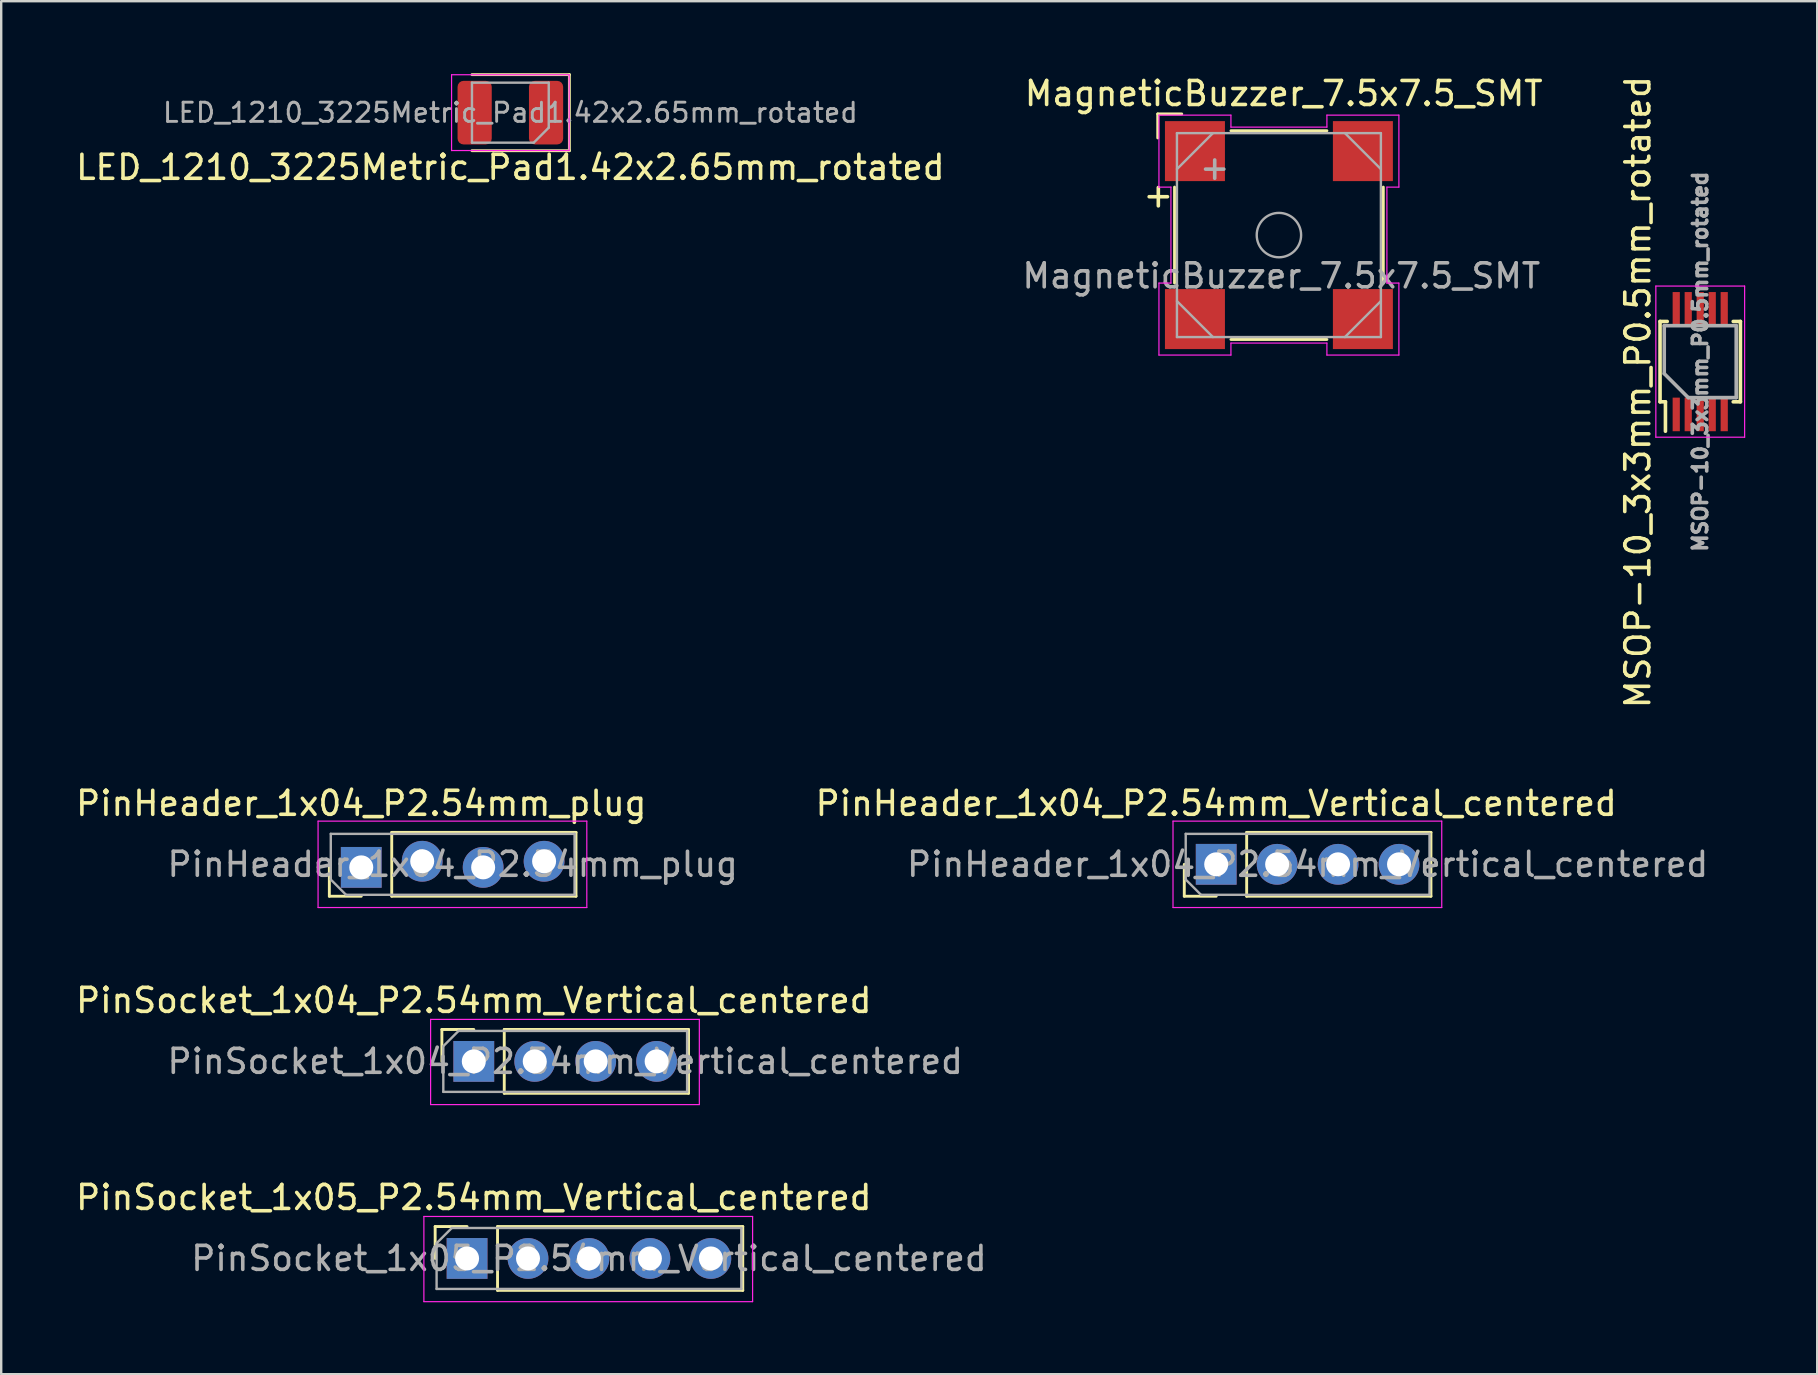
<source format=kicad_pcb>
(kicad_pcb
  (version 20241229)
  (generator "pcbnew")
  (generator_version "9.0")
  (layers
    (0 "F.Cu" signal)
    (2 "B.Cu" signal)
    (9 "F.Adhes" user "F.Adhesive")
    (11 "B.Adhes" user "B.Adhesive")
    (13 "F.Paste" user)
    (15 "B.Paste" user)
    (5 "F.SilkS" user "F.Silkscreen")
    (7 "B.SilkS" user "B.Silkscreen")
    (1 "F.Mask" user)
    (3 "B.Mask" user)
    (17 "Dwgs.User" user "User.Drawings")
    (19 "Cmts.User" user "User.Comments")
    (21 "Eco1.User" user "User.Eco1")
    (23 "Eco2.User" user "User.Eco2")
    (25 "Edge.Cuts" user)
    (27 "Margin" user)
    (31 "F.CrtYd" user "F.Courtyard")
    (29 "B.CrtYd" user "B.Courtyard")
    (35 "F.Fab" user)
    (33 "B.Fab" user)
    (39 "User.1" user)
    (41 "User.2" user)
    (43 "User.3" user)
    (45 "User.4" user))
  (footprint "PinHeader_1x04_P2.54mm_plug"
    (layer "F.Cu")
    (at 15.816 32.972)
    (property "Reference" "PinHeader_1x04_P2.54mm_plug" (at -3.81 -2.54 180) (layer "F.SilkS") (effects (font (size 1 1) (thickness 0.15))))
    (attr exclude_from_pos_files exclude_from_bom)
    (fp_line (start -5.14 1.33) (end -5.14 0) (stroke (width 0.12) (type solid)) (layer "F.SilkS"))
    (fp_line (start -3.81 1.33) (end -5.14 1.33) (stroke (width 0.12) (type solid)) (layer "F.SilkS"))
    (fp_line (start -2.54 -1.33) (end 5.14 -1.33) (stroke (width 0.12) (type solid)) (layer "F.SilkS"))
    (fp_line (start -2.54 1.33) (end -2.54 -1.33) (stroke (width 0.12) (type solid)) (layer "F.SilkS"))
    (fp_line (start -2.54 1.33) (end 5.14 1.33) (stroke (width 0.12) (type solid)) (layer "F.SilkS"))
    (fp_line (start 5.14 1.33) (end 5.14 -1.33) (stroke (width 0.12) (type solid)) (layer "F.SilkS"))
    (fp_line (start -5.61 -1.8) (end -5.61 1.8) (stroke (width 0.05) (type solid)) (layer "F.CrtYd"))
    (fp_line (start -5.61 1.8) (end 5.59 1.8) (stroke (width 0.05) (type solid)) (layer "F.CrtYd"))
    (fp_line (start 5.59 -1.8) (end -5.61 -1.8) (stroke (width 0.05) (type solid)) (layer "F.CrtYd"))
    (fp_line (start 5.59 1.8) (end 5.59 -1.8) (stroke (width 0.05) (type solid)) (layer "F.CrtYd"))
    (fp_line (start -5.08 -1.27) (end 5.08 -1.27) (stroke (width 0.1) (type solid)) (layer "F.Fab"))
    (fp_line (start -5.08 0.635) (end -5.08 -1.27) (stroke (width 0.1) (type solid)) (layer "F.Fab"))
    (fp_line (start -4.445 1.27) (end -5.08 0.635) (stroke (width 0.1) (type solid)) (layer "F.Fab"))
    (fp_line (start 5.08 -1.27) (end 5.08 1.27) (stroke (width 0.1) (type solid)) (layer "F.Fab"))
    (fp_line (start 5.08 1.27) (end -4.445 1.27) (stroke (width 0.1) (type solid)) (layer "F.Fab"))
    (fp_text user "${REFERENCE}" (at 0 0 180) (layer "F.Fab") (effects (font (size 1 1) (thickness 0.15))))
    (pad "1" thru_hole rect (at -3.81 0.127 90) (size 1.7 1.7) (drill 1) (layers "*.Cu" "*.Mask"))
    (pad "2" thru_hole oval (at -1.27 -0.127 90) (size 1.7 1.7) (drill 1) (layers "*.Cu" "*.Mask"))
    (pad "3" thru_hole oval (at 1.27 0.127 90) (size 1.7 1.7) (drill 1) (layers "*.Cu" "*.Mask"))
    (pad "4" thru_hole oval (at 3.81 -0.127 90) (size 1.7 1.7) (drill 1) (layers "*.Cu" "*.Mask")))
  (footprint "LED_1210_3225Metric_Pad1.42x2.65mm_rotated"
    (layer "F.Cu")
    (at 18.22 1.645)
    (property "Reference" "LED_1210_3225Metric_Pad1.42x2.65mm_rotated" (at 0 2.28 180) (layer "F.SilkS") (effects (font (size 1 1) (thickness 0.15))))
    (attr smd)
    (fp_line (start -1.6 1.585) (end 2.46 1.585) (stroke (width 0.12) (type solid)) (layer "F.SilkS"))
    (fp_line (start 2.46 -1.585) (end -1.6 -1.585) (stroke (width 0.12) (type solid)) (layer "F.SilkS"))
    (fp_line (start 2.46 1.585) (end 2.46 -1.585) (stroke (width 0.12) (type solid)) (layer "F.SilkS"))
    (fp_line (start -2.45 -1.58) (end 2.45 -1.58) (stroke (width 0.05) (type solid)) (layer "F.CrtYd"))
    (fp_line (start -2.45 1.58) (end -2.45 -1.58) (stroke (width 0.05) (type solid)) (layer "F.CrtYd"))
    (fp_line (start 2.45 -1.58) (end 2.45 1.58) (stroke (width 0.05) (type solid)) (layer "F.CrtYd"))
    (fp_line (start 2.45 1.58) (end -2.45 1.58) (stroke (width 0.05) (type solid)) (layer "F.CrtYd"))
    (fp_line (start -1.6 -1.25) (end -1.6 1.25) (stroke (width 0.1) (type solid)) (layer "F.Fab"))
    (fp_line (start -1.6 1.25) (end 0.975 1.25) (stroke (width 0.1) (type solid)) (layer "F.Fab"))
    (fp_line (start 0.975 1.25) (end 1.6 0.625) (stroke (width 0.1) (type solid)) (layer "F.Fab"))
    (fp_line (start 1.6 -1.25) (end -1.6 -1.25) (stroke (width 0.1) (type solid)) (layer "F.Fab"))
    (fp_line (start 1.6 0.625) (end 1.6 -1.25) (stroke (width 0.1) (type solid)) (layer "F.Fab"))
    (fp_text user "${REFERENCE}" (at 0 0 180) (layer "F.Fab") (effects (font (size 0.8 0.8) (thickness 0.12))))
    (pad "1" smd roundrect (at 1.488 0 180) (size 1.425 2.65) (layers "F.Cu" "F.Mask" "F.Paste") (roundrect_rratio 0.175))
    (pad "2" smd roundrect (at -1.488 0 180) (size 1.425 2.65) (layers "F.Cu" "F.Mask" "F.Paste") (roundrect_rratio 0.175)))
  (footprint "PinSocket_1x05_P2.54mm_Vertical_centered"
    (layer "F.Cu")
    (at 21.496 49.398)
    (property "Reference" "PinSocket_1x05_P2.54mm_Vertical_centered" (at -4.8 -2.54 0) (layer "F.SilkS") (effects (font (size 1 1) (thickness 0.15))))
    (attr through_hole)
    (fp_line (start -6.41 -1.33) (end -5.08 -1.33) (stroke (width 0.12) (type solid)) (layer "F.SilkS"))
    (fp_line (start -6.41 0) (end -6.41 -1.33) (stroke (width 0.12) (type solid)) (layer "F.SilkS"))
    (fp_line (start -3.81 -1.33) (end 6.41 -1.33) (stroke (width 0.12) (type solid)) (layer "F.SilkS"))
    (fp_line (start -3.81 1.33) (end -3.81 -1.33) (stroke (width 0.12) (type solid)) (layer "F.SilkS"))
    (fp_line (start -3.81 1.33) (end 6.41 1.33) (stroke (width 0.12) (type solid)) (layer "F.SilkS"))
    (fp_line (start 6.41 1.33) (end 6.41 -1.33) (stroke (width 0.12) (type solid)) (layer "F.SilkS"))
    (fp_line (start -6.88 -1.75) (end 6.82 -1.75) (stroke (width 0.05) (type solid)) (layer "F.CrtYd"))
    (fp_line (start -6.88 1.8) (end -6.88 -1.75) (stroke (width 0.05) (type solid)) (layer "F.CrtYd"))
    (fp_line (start 6.82 -1.75) (end 6.82 1.8) (stroke (width 0.05) (type solid)) (layer "F.CrtYd"))
    (fp_line (start 6.82 1.8) (end -6.88 1.8) (stroke (width 0.05) (type solid)) (layer "F.CrtYd"))
    (fp_line (start -6.35 -0.635) (end -5.715 -1.27) (stroke (width 0.1) (type solid)) (layer "F.Fab"))
    (fp_line (start -6.35 1.27) (end -6.35 -0.635) (stroke (width 0.1) (type solid)) (layer "F.Fab"))
    (fp_line (start -5.715 -1.27) (end 6.35 -1.27) (stroke (width 0.1) (type solid)) (layer "F.Fab"))
    (fp_line (start 6.35 -1.27) (end 6.35 1.27) (stroke (width 0.1) (type solid)) (layer "F.Fab"))
    (fp_line (start 6.35 1.27) (end -6.35 1.27) (stroke (width 0.1) (type solid)) (layer "F.Fab"))
    (fp_text user "${REFERENCE}" (at 0 0 180) (layer "F.Fab") (effects (font (size 1 1) (thickness 0.15))))
    (pad "1" thru_hole rect (at -5.08 0 90) (size 1.7 1.7) (drill 1) (layers "*.Cu" "*.Mask"))
    (pad "2" thru_hole oval (at -2.54 0 90) (size 1.7 1.7) (drill 1) (layers "*.Cu" "*.Mask"))
    (pad "3" thru_hole oval (at 0 0 90) (size 1.7 1.7) (drill 1) (layers "*.Cu" "*.Mask"))
    (pad "4" thru_hole oval (at 2.54 0 90) (size 1.7 1.7) (drill 1) (layers "*.Cu" "*.Mask"))
    (pad "5" thru_hole oval (at 5.08 0 90) (size 1.7 1.7) (drill 1) (layers "*.Cu" "*.Mask")))
  (footprint "PinHeader_1x04_P2.54mm_Vertical_centered"
    (layer "F.Cu")
    (at 51.447 32.972)
    (property "Reference" "PinHeader_1x04_P2.54mm_Vertical_centered" (at -3.81 -2.54 180) (layer "F.SilkS") (effects (font (size 1 1) (thickness 0.15))))
    (attr through_hole)
    (fp_line (start -5.14 1.33) (end -5.14 0) (stroke (width 0.12) (type solid)) (layer "F.SilkS"))
    (fp_line (start -3.81 1.33) (end -5.14 1.33) (stroke (width 0.12) (type solid)) (layer "F.SilkS"))
    (fp_line (start -2.54 -1.33) (end 5.14 -1.33) (stroke (width 0.12) (type solid)) (layer "F.SilkS"))
    (fp_line (start -2.54 1.33) (end -2.54 -1.33) (stroke (width 0.12) (type solid)) (layer "F.SilkS"))
    (fp_line (start -2.54 1.33) (end 5.14 1.33) (stroke (width 0.12) (type solid)) (layer "F.SilkS"))
    (fp_line (start 5.14 1.33) (end 5.14 -1.33) (stroke (width 0.12) (type solid)) (layer "F.SilkS"))
    (fp_line (start -5.61 -1.8) (end -5.61 1.8) (stroke (width 0.05) (type solid)) (layer "F.CrtYd"))
    (fp_line (start -5.61 1.8) (end 5.59 1.8) (stroke (width 0.05) (type solid)) (layer "F.CrtYd"))
    (fp_line (start 5.59 -1.8) (end -5.61 -1.8) (stroke (width 0.05) (type solid)) (layer "F.CrtYd"))
    (fp_line (start 5.59 1.8) (end 5.59 -1.8) (stroke (width 0.05) (type solid)) (layer "F.CrtYd"))
    (fp_line (start -5.08 -1.27) (end 5.08 -1.27) (stroke (width 0.1) (type solid)) (layer "F.Fab"))
    (fp_line (start -5.08 0.635) (end -5.08 -1.27) (stroke (width 0.1) (type solid)) (layer "F.Fab"))
    (fp_line (start -4.445 1.27) (end -5.08 0.635) (stroke (width 0.1) (type solid)) (layer "F.Fab"))
    (fp_line (start 5.08 -1.27) (end 5.08 1.27) (stroke (width 0.1) (type solid)) (layer "F.Fab"))
    (fp_line (start 5.08 1.27) (end -4.445 1.27) (stroke (width 0.1) (type solid)) (layer "F.Fab"))
    (fp_text user "${REFERENCE}" (at 0 0 180) (layer "F.Fab") (effects (font (size 1 1) (thickness 0.15))))
    (pad "1" thru_hole rect (at -3.81 0 90) (size 1.7 1.7) (drill 1) (layers "*.Cu" "*.Mask"))
    (pad "2" thru_hole oval (at -1.27 0 90) (size 1.7 1.7) (drill 1) (layers "*.Cu" "*.Mask"))
    (pad "3" thru_hole oval (at 1.27 0 90) (size 1.7 1.7) (drill 1) (layers "*.Cu" "*.Mask"))
    (pad "4" thru_hole oval (at 3.81 0 90) (size 1.7 1.7) (drill 1) (layers "*.Cu" "*.Mask")))
  (footprint "MSOP-10_3x3mm_P0.5mm_rotated"
    (layer "F.Cu")
    (at 67.81 12.022)
    (property "Reference" "MSOP-10_3x3mm_P0.5mm_rotated" (at -2.6 1.27 90) (layer "F.SilkS") (effects (font (size 1 1) (thickness 0.15))))
    (attr smd)
    (fp_line (start -1.675 -1.675) (end -1.375 -1.675) (stroke (width 0.15) (type solid)) (layer "F.SilkS"))
    (fp_line (start -1.675 1.675) (end -1.675 -1.675) (stroke (width 0.15) (type solid)) (layer "F.SilkS"))
    (fp_line (start -1.675 1.675) (end -1.45 1.675) (stroke (width 0.15) (type solid)) (layer "F.SilkS"))
    (fp_line (start -1.45 1.675) (end -1.45 2.9) (stroke (width 0.15) (type solid)) (layer "F.SilkS"))
    (fp_line (start 1.675 -1.675) (end 1.375 -1.675) (stroke (width 0.15) (type solid)) (layer "F.SilkS"))
    (fp_line (start 1.675 1.675) (end 1.375 1.675) (stroke (width 0.15) (type solid)) (layer "F.SilkS"))
    (fp_line (start 1.675 1.675) (end 1.675 -1.675) (stroke (width 0.15) (type solid)) (layer "F.SilkS"))
    (fp_line (start -1.85 -3.15) (end 1.85 -3.15) (stroke (width 0.05) (type solid)) (layer "F.CrtYd"))
    (fp_line (start -1.85 3.15) (end -1.85 -3.15) (stroke (width 0.05) (type solid)) (layer "F.CrtYd"))
    (fp_line (start -1.85 3.15) (end 1.85 3.15) (stroke (width 0.05) (type solid)) (layer "F.CrtYd"))
    (fp_line (start 1.85 3.15) (end 1.85 -3.15) (stroke (width 0.05) (type solid)) (layer "F.CrtYd"))
    (fp_line (start -1.5 -1.5) (end 1.5 -1.5) (stroke (width 0.15) (type solid)) (layer "F.Fab"))
    (fp_line (start -1.5 0.5) (end -1.5 -1.5) (stroke (width 0.15) (type solid)) (layer "F.Fab"))
    (fp_line (start -0.5 1.5) (end -1.5 0.5) (stroke (width 0.15) (type solid)) (layer "F.Fab"))
    (fp_line (start 1.5 -1.5) (end 1.5 1.5) (stroke (width 0.15) (type solid)) (layer "F.Fab"))
    (fp_line (start 1.5 1.5) (end -0.5 1.5) (stroke (width 0.15) (type solid)) (layer "F.Fab"))
    (fp_text user "${REFERENCE}" (at 0 0 90) (layer "F.Fab") (effects (font (size 0.6 0.6) (thickness 0.15))))
    (pad "1" smd rect (at -1 2.2 90) (size 1.4 0.3) (layers "F.Cu" "F.Mask" "F.Paste"))
    (pad "2" smd rect (at -0.5 2.2 90) (size 1.4 0.3) (layers "F.Cu" "F.Mask" "F.Paste"))
    (pad "3" smd rect (at 0 2.2 90) (size 1.4 0.3) (layers "F.Cu" "F.Mask" "F.Paste"))
    (pad "4" smd rect (at 0.5 2.2 90) (size 1.4 0.3) (layers "F.Cu" "F.Mask" "F.Paste"))
    (pad "5" smd rect (at 1 2.2 90) (size 1.4 0.3) (layers "F.Cu" "F.Mask" "F.Paste"))
    (pad "6" smd rect (at 1 -2.2 90) (size 1.4 0.3) (layers "F.Cu" "F.Mask" "F.Paste"))
    (pad "7" smd rect (at 0.5 -2.2 90) (size 1.4 0.3) (layers "F.Cu" "F.Mask" "F.Paste"))
    (pad "8" smd rect (at 0 -2.2 90) (size 1.4 0.3) (layers "F.Cu" "F.Mask" "F.Paste"))
    (pad "9" smd rect (at -0.5 -2.2 90) (size 1.4 0.3) (layers "F.Cu" "F.Mask" "F.Paste"))
    (pad "10" smd rect (at -1 -2.2 90) (size 1.4 0.3) (layers "F.Cu" "F.Mask" "F.Paste")))
  (footprint "MagneticBuzzer_7.5x7.5_SMT"
    (layer "F.Cu")
    (at 50.251 6.748)
    (property "Reference" "MagneticBuzzer_7.5x7.5_SMT" (at 0.2 -5.9 0) (layer "F.SilkS") (effects (font (size 1 1) (thickness 0.15))))
    (attr smd)
    (fp_line (start -5.05 -5.05) (end -4.05 -5.05) (stroke (width 0.12) (type solid)) (layer "F.SilkS"))
    (fp_line (start -5.05 -4.05) (end -5.05 -5.05) (stroke (width 0.12) (type solid)) (layer "F.SilkS"))
    (fp_line (start -4.35 -2) (end -4.35 2) (stroke (width 0.12) (type solid)) (layer "F.SilkS"))
    (fp_line (start -2 4.35) (end 2 4.35) (stroke (width 0.12) (type solid)) (layer "F.SilkS"))
    (fp_line (start 2 -4.35) (end -2 -4.35) (stroke (width 0.12) (type solid)) (layer "F.SilkS"))
    (fp_line (start 4.35 2) (end 4.35 -2) (stroke (width 0.12) (type solid)) (layer "F.SilkS"))
    (fp_line (start -5 -5) (end -2 -5) (stroke (width 0.05) (type solid)) (layer "F.CrtYd"))
    (fp_line (start -5 -2) (end -5 -5) (stroke (width 0.05) (type solid)) (layer "F.CrtYd"))
    (fp_line (start -5 -2) (end -4.5 -2) (stroke (width 0.05) (type solid)) (layer "F.CrtYd"))
    (fp_line (start -5 2) (end -5 5) (stroke (width 0.05) (type solid)) (layer "F.CrtYd"))
    (fp_line (start -4.5 -2) (end -4.5 2) (stroke (width 0.05) (type solid)) (layer "F.CrtYd"))
    (fp_line (start -4.5 2) (end -5 2) (stroke (width 0.05) (type solid)) (layer "F.CrtYd"))
    (fp_line (start -2 -5) (end -2 -4.5) (stroke (width 0.05) (type solid)) (layer "F.CrtYd"))
    (fp_line (start -2 -4.5) (end 2 -4.5) (stroke (width 0.05) (type solid)) (layer "F.CrtYd"))
    (fp_line (start -2 4.5) (end -2 5) (stroke (width 0.05) (type solid)) (layer "F.CrtYd"))
    (fp_line (start -2 5) (end -5 5) (stroke (width 0.05) (type solid)) (layer "F.CrtYd"))
    (fp_line (start 2 -5) (end 5 -5) (stroke (width 0.05) (type solid)) (layer "F.CrtYd"))
    (fp_line (start 2 -4.5) (end 2 -5) (stroke (width 0.05) (type solid)) (layer "F.CrtYd"))
    (fp_line (start 2 4.5) (end -2 4.5) (stroke (width 0.05) (type solid)) (layer "F.CrtYd"))
    (fp_line (start 2 5) (end 2 4.5) (stroke (width 0.05) (type solid)) (layer "F.CrtYd"))
    (fp_line (start 4.5 -2) (end 4.5 2) (stroke (width 0.05) (type solid)) (layer "F.CrtYd"))
    (fp_line (start 4.5 2) (end 5 2) (stroke (width 0.05) (type solid)) (layer "F.CrtYd"))
    (fp_line (start 5 -2) (end 4.5 -2) (stroke (width 0.05) (type solid)) (layer "F.CrtYd"))
    (fp_line (start 5 -2) (end 5 -5) (stroke (width 0.05) (type solid)) (layer "F.CrtYd"))
    (fp_line (start 5 2) (end 5 5) (stroke (width 0.05) (type solid)) (layer "F.CrtYd"))
    (fp_line (start 5 5) (end 2 5) (stroke (width 0.05) (type solid)) (layer "F.CrtYd"))
    (fp_line (start -4.25 -4.25) (end 4.25 -4.25) (stroke (width 0.1) (type solid)) (layer "F.Fab"))
    (fp_line (start -4.25 -2.75) (end -2.75 -4.25) (stroke (width 0.1) (type solid)) (layer "F.Fab"))
    (fp_line (start -4.25 4.25) (end -4.25 -4.25) (stroke (width 0.1) (type solid)) (layer "F.Fab"))
    (fp_line (start -2.75 4.25) (end -4.25 2.75) (stroke (width 0.1) (type solid)) (layer "F.Fab"))
    (fp_line (start 2.75 -4.25) (end 4.25 -2.75) (stroke (width 0.1) (type solid)) (layer "F.Fab"))
    (fp_line (start 4.25 -4.25) (end 4.25 4.25) (stroke (width 0.1) (type solid)) (layer "F.Fab"))
    (fp_line (start 4.25 2.75) (end 2.75 4.25) (stroke (width 0.1) (type solid)) (layer "F.Fab"))
    (fp_line (start 4.25 4.25) (end -4.25 4.25) (stroke (width 0.1) (type solid)) (layer "F.Fab"))
    (fp_circle (center 0 0) (end 0.925 0) (stroke (width 0.1) (type solid)) (fill no) (layer "F.Fab"))
    (fp_text user "+" (at -5.1 -1.6 270) (layer "F.SilkS") (effects (font (size 1 1) (thickness 0.15))))
    (fp_text user "+" (at -2.75 -2.75 270) (layer "F.Fab") (effects (font (size 1 1) (thickness 0.15))))
    (fp_text user "${REFERENCE}" (at 0.1 1.7 0) (layer "F.Fab") (effects (font (size 1 1) (thickness 0.15))))
    (pad "1" smd rect (at -3.5 -3.5 270) (size 2.5 2.5) (layers "F.Cu" "F.Mask" "F.Paste"))
    (pad "2" smd rect (at -3.5 3.5 270) (size 2.5 2.5) (layers "F.Cu" "F.Mask" "F.Paste"))
    (pad "3" smd rect (at 3.5 3.5 270) (size 2.5 2.5) (layers "F.Cu" "F.Mask" "F.Paste"))
    (pad "4" smd rect (at 3.5 -3.5 270) (size 2.5 2.5) (layers "F.Cu" "F.Mask" "F.Paste")))
  (footprint "PinSocket_1x04_P2.54mm_Vertical_centered"
    (layer "F.Cu")
    (at 20.506 41.185)
    (property "Reference" "PinSocket_1x04_P2.54mm_Vertical_centered" (at -3.81 -2.54 180) (layer "F.SilkS") (effects (font (size 1 1) (thickness 0.15))))
    (attr smd)
    (fp_line (start -5.14 -1.33) (end -3.81 -1.33) (stroke (width 0.12) (type solid)) (layer "F.SilkS"))
    (fp_line (start -5.14 0) (end -5.14 -1.33) (stroke (width 0.12) (type solid)) (layer "F.SilkS"))
    (fp_line (start -2.54 -1.33) (end 5.14 -1.33) (stroke (width 0.12) (type solid)) (layer "F.SilkS"))
    (fp_line (start -2.54 1.33) (end -2.54 -1.33) (stroke (width 0.12) (type solid)) (layer "F.SilkS"))
    (fp_line (start -2.54 1.33) (end 5.14 1.33) (stroke (width 0.12) (type solid)) (layer "F.SilkS"))
    (fp_line (start 5.14 1.33) (end 5.14 -1.33) (stroke (width 0.12) (type solid)) (layer "F.SilkS"))
    (fp_line (start -5.61 -1.75) (end 5.59 -1.75) (stroke (width 0.05) (type solid)) (layer "F.CrtYd"))
    (fp_line (start -5.61 1.8) (end -5.61 -1.75) (stroke (width 0.05) (type solid)) (layer "F.CrtYd"))
    (fp_line (start 5.59 -1.75) (end 5.59 1.8) (stroke (width 0.05) (type solid)) (layer "F.CrtYd"))
    (fp_line (start 5.59 1.8) (end -5.61 1.8) (stroke (width 0.05) (type solid)) (layer "F.CrtYd"))
    (fp_line (start -5.08 -0.635) (end -4.445 -1.27) (stroke (width 0.1) (type solid)) (layer "F.Fab"))
    (fp_line (start -5.08 1.27) (end -5.08 -0.635) (stroke (width 0.1) (type solid)) (layer "F.Fab"))
    (fp_line (start -4.445 -1.27) (end 5.08 -1.27) (stroke (width 0.1) (type solid)) (layer "F.Fab"))
    (fp_line (start 5.08 -1.27) (end 5.08 1.27) (stroke (width 0.1) (type solid)) (layer "F.Fab"))
    (fp_line (start 5.08 1.27) (end -5.08 1.27) (stroke (width 0.1) (type solid)) (layer "F.Fab"))
    (fp_text user "${REFERENCE}" (at 0 0 180) (layer "F.Fab") (effects (font (size 1 1) (thickness 0.15))))
    (pad "1" thru_hole rect (at -3.81 0 90) (size 1.7 1.7) (drill 1) (layers "*.Cu" "*.Mask"))
    (pad "2" thru_hole oval (at -1.27 0 90) (size 1.7 1.7) (drill 1) (layers "*.Cu" "*.Mask"))
    (pad "3" thru_hole oval (at 1.27 0 90) (size 1.7 1.7) (drill 1) (layers "*.Cu" "*.Mask"))
    (pad "4" thru_hole oval (at 3.81 0 90) (size 1.7 1.7) (drill 1) (layers "*.Cu" "*.Mask")))
  (gr_rect
    (start -3 -3)
    (end 72.685 54.223)
    (stroke (width 0.1) (type default))
    (fill no)
    (layer "Edge.Cuts")))
</source>
